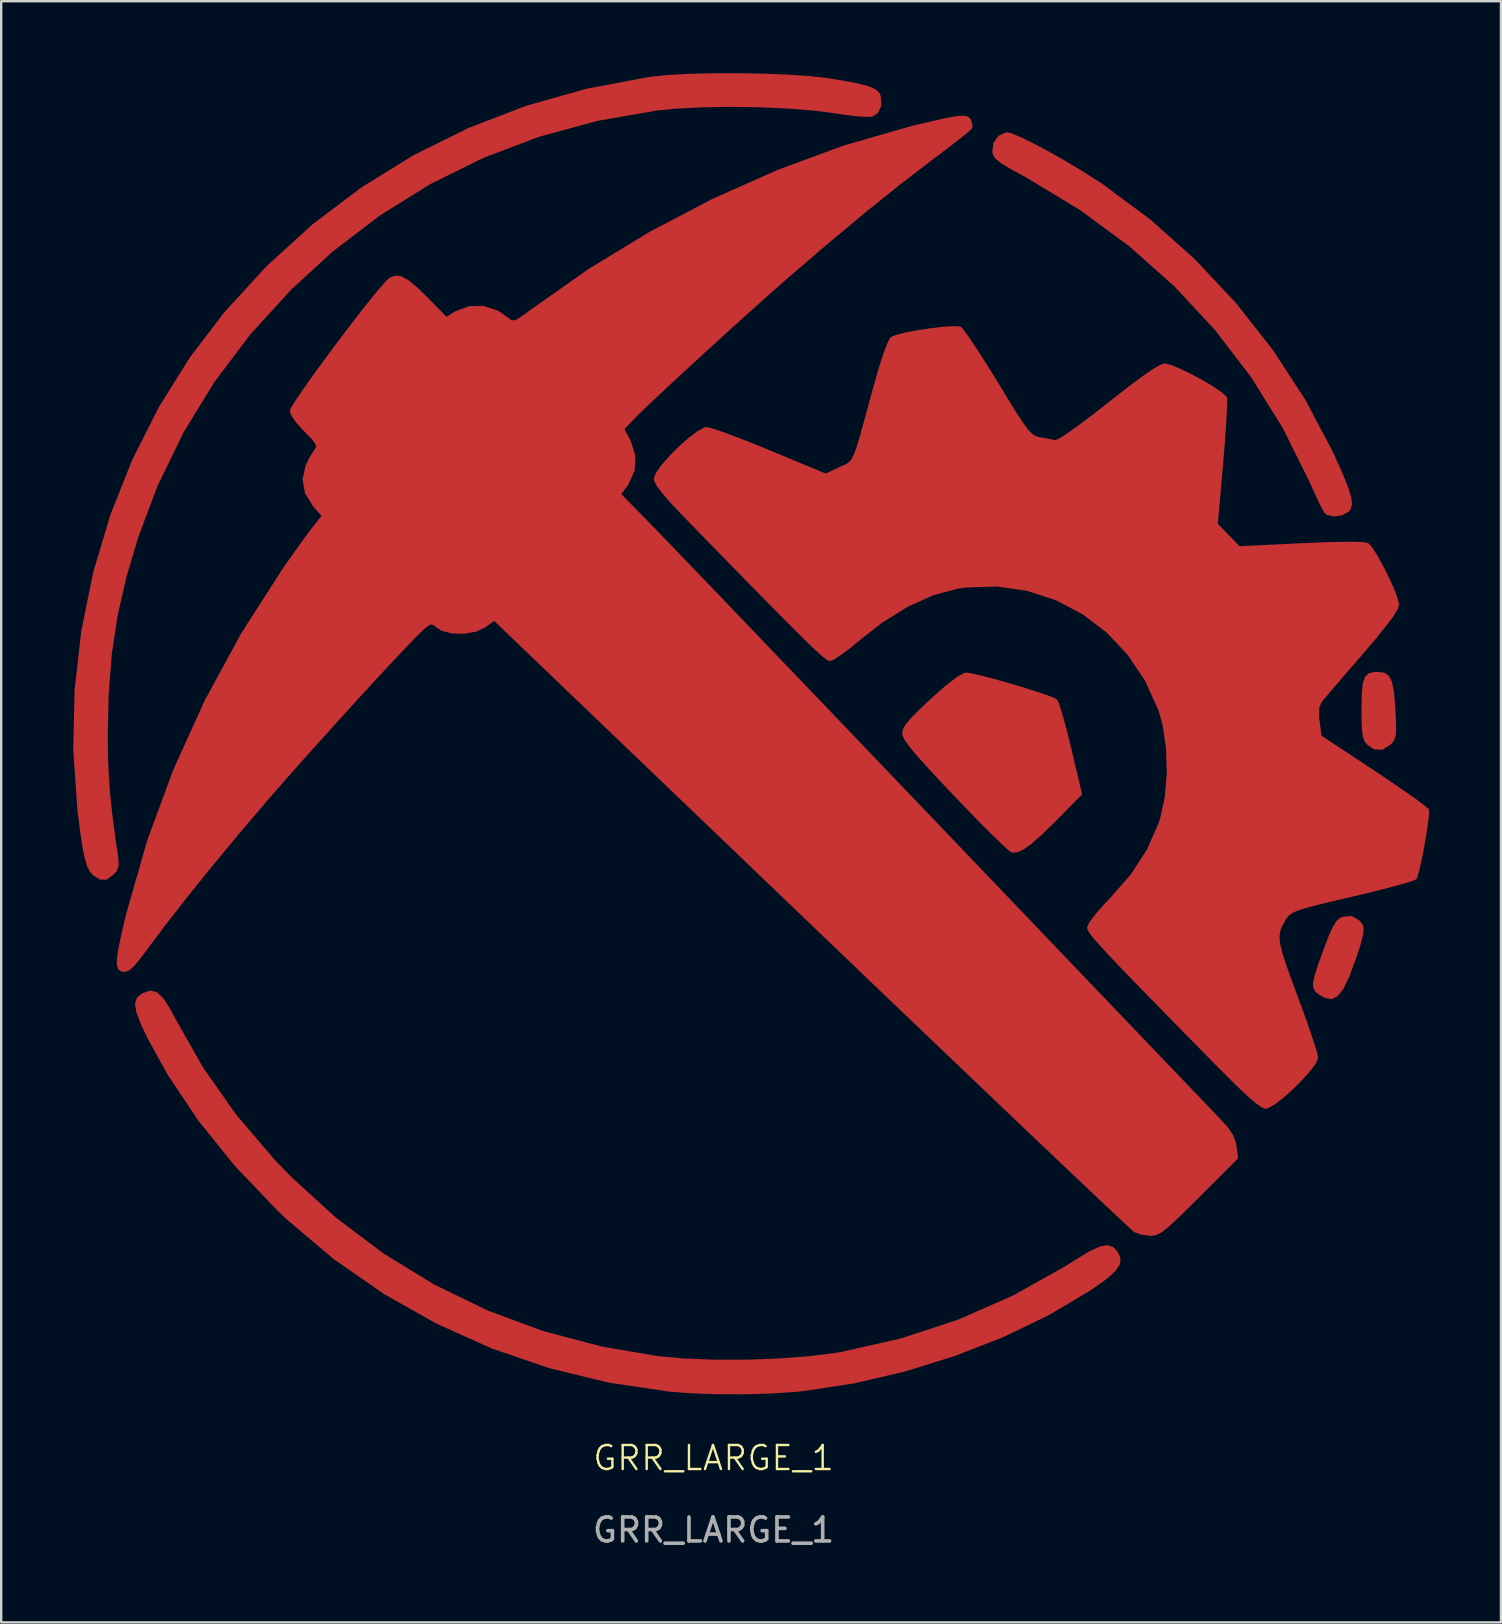
<source format=kicad_pcb>
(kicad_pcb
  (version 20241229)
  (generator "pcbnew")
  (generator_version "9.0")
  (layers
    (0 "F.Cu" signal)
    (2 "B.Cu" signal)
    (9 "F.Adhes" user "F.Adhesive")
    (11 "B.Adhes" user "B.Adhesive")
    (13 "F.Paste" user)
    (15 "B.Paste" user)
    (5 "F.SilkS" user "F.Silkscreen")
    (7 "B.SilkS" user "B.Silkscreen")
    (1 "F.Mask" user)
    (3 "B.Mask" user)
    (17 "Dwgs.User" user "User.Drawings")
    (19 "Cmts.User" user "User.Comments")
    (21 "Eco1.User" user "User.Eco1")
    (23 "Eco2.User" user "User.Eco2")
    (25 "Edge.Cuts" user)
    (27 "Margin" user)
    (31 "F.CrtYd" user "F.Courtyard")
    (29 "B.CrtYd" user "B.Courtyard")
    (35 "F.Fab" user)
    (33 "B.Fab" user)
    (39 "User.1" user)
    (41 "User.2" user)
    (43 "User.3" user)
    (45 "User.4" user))
  (footprint "GRR_LARGE_1"
    (layer "F.Cu")
    (at 26.682 58.203)
    (property "Reference" "GRR_LARGE_1" (at 0 -0.5 0) (unlocked yes) (layer "F.SilkS") (effects (font (size 1 1) (thickness 0.1))))
    (attr smd)
    (fp_text user "${REFERENCE}" (at 0 2.5 0) (unlocked yes) (layer "F.Fab") (effects (font (size 1 1) (thickness 0.15))))
    (pad "1" smd custom (at -25.9 -34) (size 0.462 0.462) (layers "F.Cu" "F.Mask" "F.Paste") (options (anchor circle)) (primitives (gr_poly (pts (xy -0.322 -0.116) (xy -0.313 -0.16) (xy -0.288 -0.197) (xy -0.25 -0.222) (xy -0.206 -0.231) (xy 0.206 -0.231) (xy 0.25 -0.222) (xy 0.288 -0.197) (xy 0.313 -0.16) (xy 0.322 -0.116) (xy 0.322 0.116) (xy 0.313 0.16) (xy 0.288 0.197) (xy 0.25 0.222) (xy 0.206 0.231) (xy -0.206 0.231) (xy -0.25 0.222) (xy -0.288 0.197) (xy -0.313 0.16) (xy -0.322 0.116)) (width 0) (fill yes)) (gr_poly (pts (xy 27.996 -24.184) (xy 29.02 -24.143) (xy 29.931 -24.08) (xy 30.669 -23.996) (xy 30.71 -23.989) (xy 31.479 -23.862) (xy 32.041 -23.748) (xy 32.429 -23.636) (xy 32.676 -23.515) (xy 32.815 -23.372) (xy 32.868 -23.24) (xy 32.886 -22.832) (xy 32.734 -22.526) (xy 32.499 -22.391) (xy 32.262 -22.38) (xy 31.855 -22.409) (xy 31.347 -22.471) (xy 31.032 -22.52) (xy 30.108 -22.641) (xy 29.013 -22.729) (xy 27.817 -22.783) (xy 26.588 -22.801) (xy 25.395 -22.781) (xy 24.306 -22.724) (xy 23.554 -22.65) (xy 21.047 -22.213) (xy 18.634 -21.556) (xy 16.32 -20.68) (xy 14.111 -19.589) (xy 12.012 -18.284) (xy 10.027 -16.769) (xy 8.297 -15.18) (xy 6.589 -13.308) (xy 5.09 -11.318) (xy 3.802 -9.211) (xy 2.724 -6.987) (xy 1.934 -4.886) (xy 1.438 -3.219) (xy 1.074 -1.626) (xy 0.83 -0.031) (xy 0.696 1.642) (xy 0.658 3.357) (xy 0.668 4.259) (xy 0.701 5.085) (xy 0.763 5.903) (xy 0.859 6.782) (xy 0.994 7.79) (xy 1.089 8.432) (xy 1.115 8.793) (xy 1.037 9.033) (xy 0.91 9.185) (xy 0.612 9.402) (xy 0.329 9.397) (xy 0.061 9.229) (xy -0.078 9.079) (xy -0.195 8.856) (xy -0.297 8.528) (xy -0.393 8.061) (xy -0.49 7.424) (xy -0.595 6.583) (xy -0.61 6.456) (xy -0.782 3.98) (xy -0.724 1.497) (xy -0.444 -0.971) (xy 0.053 -3.405) (xy 0.761 -5.783) (xy 1.673 -8.083) (xy 2.784 -10.286) (xy 4.086 -12.369) (xy 5.492 -14.215) (xy 7.27 -16.157) (xy 9.185 -17.902) (xy 11.231 -19.447) (xy 13.401 -20.788) (xy 15.691 -21.922) (xy 18.094 -22.845) (xy 20.603 -23.555) (xy 23.213 -24.048) (xy 23.227 -24.049) (xy 23.937 -24.124) (xy 24.828 -24.174) (xy 25.841 -24.2) (xy 26.916 -24.203)) (width 0) (fill yes))))
    (pad "1" smd custom (at -7.1 -41.9) (size 0.462 0.462) (layers "F.Cu" "F.Mask" "F.Paste") (options (anchor circle)) (primitives (gr_poly (pts (xy -0.322 -0.116) (xy -0.313 -0.16) (xy -0.288 -0.197) (xy -0.25 -0.222) (xy -0.206 -0.231) (xy 0.206 -0.231) (xy 0.25 -0.222) (xy 0.288 -0.197) (xy 0.313 -0.16) (xy 0.322 -0.116) (xy 0.322 0.116) (xy 0.313 0.16) (xy 0.288 0.197) (xy 0.25 0.222) (xy 0.206 0.231) (xy -0.206 0.231) (xy -0.25 0.222) (xy -0.288 0.197) (xy -0.313 0.16) (xy -0.322 0.116)) (width 0) (fill yes)) (gr_poly (pts (xy 17.674 -14.503) (xy 17.781 -14.428) (xy 17.829 -14.358) (xy 17.895 -14.118) (xy 17.871 -13.998) (xy 17.749 -13.884) (xy 17.47 -13.656) (xy 17.07 -13.343) (xy 16.584 -12.972) (xy 16.344 -12.793) (xy 14.915 -11.697) (xy 13.364 -10.451) (xy 11.68 -9.043) (xy 10.268 -7.83) (xy 9.684 -7.317) (xy 9.013 -6.72) (xy 8.284 -6.065) (xy 7.525 -5.378) (xy 6.763 -4.683) (xy 6.027 -4.008) (xy 5.345 -3.377) (xy 4.744 -2.816) (xy 4.254 -2.351) (xy 3.902 -2.008) (xy 3.788 -1.892) (xy 3.389 -1.474) (xy 3.652 -0.97) (xy 3.845 -0.36) (xy 3.811 0.257) (xy 3.554 0.83) (xy 3.519 0.88) (xy 3.255 1.236) (xy 4.394 2.396) (xy 4.618 2.626) (xy 4.997 3.019) (xy 5.52 3.562) (xy 6.176 4.245) (xy 6.955 5.056) (xy 7.844 5.983) (xy 8.833 7.015) (xy 9.911 8.141) (xy 11.067 9.347) (xy 12.29 10.625) (xy 13.568 11.96) (xy 14.89 13.343) (xy 16.247 14.761) (xy 16.525 15.052) (xy 17.876 16.466) (xy 19.19 17.839) (xy 20.455 19.162) (xy 21.661 20.424) (xy 22.798 21.612) (xy 23.855 22.717) (xy 24.822 23.728) (xy 25.688 24.633) (xy 26.443 25.422) (xy 27.076 26.083) (xy 27.577 26.607) (xy 27.936 26.981) (xy 28.141 27.194) (xy 28.169 27.223) (xy 28.533 27.626) (xy 28.751 27.947) (xy 28.863 28.252) (xy 28.89 28.405) (xy 28.958 28.912) (xy 27.341 30.529) (xy 26.768 31.098) (xy 26.335 31.516) (xy 26.013 31.806) (xy 25.773 31.991) (xy 25.586 32.094) (xy 25.425 32.136) (xy 25.307 32.142) (xy 24.941 32.096) (xy 24.64 31.993) (xy 24.637 31.991) (xy 24.523 31.893) (xy 24.244 31.636) (xy 23.811 31.232) (xy 23.234 30.688) (xy 22.521 30.014) (xy 21.683 29.22) (xy 20.73 28.314) (xy 19.67 27.306) (xy 18.514 26.204) (xy 17.271 25.019) (xy 15.952 23.758) (xy 14.565 22.433) (xy 13.12 21.05) (xy 11.628 19.621) (xy 11.17 19.182) (xy -2.043 6.52) (xy -2.4 6.783) (xy -2.792 6.967) (xy -3.286 7.054) (xy -3.792 7.043) (xy -4.223 6.933) (xy -4.411 6.815) (xy -4.571 6.685) (xy -4.701 6.669) (xy -4.872 6.784) (xy -5.1 6.996) (xy -5.402 7.297) (xy -5.837 7.751) (xy -6.382 8.332) (xy -7.012 9.01) (xy -7.7 9.76) (xy -8.423 10.554) (xy -9.156 11.364) (xy -9.873 12.163) (xy -10.549 12.924) (xy -11.16 13.62) (xy -11.531 14.047) (xy -12.71 15.434) (xy -13.829 16.785) (xy -14.86 18.064) (xy -15.773 19.237) (xy -16.399 20.074) (xy -16.772 20.572) (xy -17.044 20.899) (xy -17.246 21.081) (xy -17.411 21.148) (xy -17.571 21.126) (xy -17.603 21.115) (xy -17.709 21.033) (xy -17.762 20.869) (xy -17.76 20.593) (xy -17.7 20.178) (xy -17.578 19.592) (xy -17.393 18.808) (xy -17.366 18.698) (xy -16.505 15.688) (xy -15.414 12.727) (xy -14.103 9.837) (xy -12.582 7.037) (xy -10.859 4.351) (xy -10.767 4.218) (xy -10.39 3.683) (xy -10.037 3.19) (xy -9.743 2.788) (xy -9.544 2.526) (xy -9.516 2.491) (xy -9.232 2.148) (xy -9.579 1.753) (xy -9.919 1.21) (xy -10.025 0.632) (xy -9.898 0.046) (xy -9.733 -0.296) (xy -9.565 -0.564) (xy -9.535 -0.6) (xy -9.462 -0.719) (xy -9.49 -0.856) (xy -9.643 -1.057) (xy -9.949 -1.37) (xy -9.961 -1.382) (xy -10.284 -1.737) (xy -10.497 -2.045) (xy -10.561 -2.229) (xy -10.49 -2.389) (xy -10.292 -2.706) (xy -9.99 -3.149) (xy -9.608 -3.689) (xy -9.169 -4.294) (xy -8.696 -4.932) (xy -8.211 -5.574) (xy -7.739 -6.189) (xy -7.302 -6.744) (xy -6.923 -7.211) (xy -6.625 -7.557) (xy -6.432 -7.752) (xy -6.406 -7.772) (xy -6.17 -7.871) (xy -5.917 -7.846) (xy -5.611 -7.679) (xy -5.221 -7.354) (xy -4.797 -6.939) (xy -4.029 -6.157) (xy -3.653 -6.386) (xy -3.091 -6.596) (xy -2.479 -6.602) (xy -1.885 -6.411) (xy -1.472 -6.127) (xy -1.34 -6.024) (xy -1.214 -6) (xy -1.038 -6.076) (xy -0.759 -6.268) (xy -0.509 -6.456) (xy 1.896 -8.148) (xy 4.437 -9.694) (xy 7.077 -11.077) (xy 9.78 -12.279) (xy 12.508 -13.283) (xy 15.225 -14.07) (xy 15.441 -14.124) (xy 16.223 -14.31) (xy 16.805 -14.438) (xy 17.219 -14.511) (xy 17.498 -14.531)) (width 0) (fill yes))))
    (pad "1" smd custom (at 9.4 -40.5) (size 0.462 0.462) (layers "F.Cu" "F.Mask" "F.Paste") (options (anchor circle)) (primitives (gr_poly (pts (xy -0.322 -0.116) (xy -0.313 -0.16) (xy -0.288 -0.197) (xy -0.25 -0.222) (xy -0.206 -0.231) (xy 0.206 -0.231) (xy 0.25 -0.222) (xy 0.288 -0.197) (xy 0.313 -0.16) (xy 0.322 -0.116) (xy 0.322 0.116) (xy 0.313 0.16) (xy 0.288 0.197) (xy 0.25 0.222) (xy 0.206 0.231) (xy -0.206 0.231) (xy -0.25 0.222) (xy -0.288 0.197) (xy -0.313 0.16) (xy -0.322 0.116)) (width 0) (fill yes)) (gr_poly (pts (xy 0.85 -7.153) (xy 0.903 -7.139) (xy 1.015 -7.02) (xy 1.229 -6.725) (xy 1.524 -6.286) (xy 1.881 -5.732) (xy 2.278 -5.095) (xy 2.435 -4.838) (xy 2.883 -4.103) (xy 3.227 -3.548) (xy 3.489 -3.147) (xy 3.689 -2.874) (xy 3.847 -2.701) (xy 3.985 -2.602) (xy 4.121 -2.551) (xy 4.225 -2.531) (xy 4.567 -2.469) (xy 4.822 -2.416) (xy 4.84 -2.412) (xy 4.983 -2.47) (xy 5.283 -2.66) (xy 5.71 -2.959) (xy 6.233 -3.347) (xy 6.822 -3.803) (xy 7.055 -3.987) (xy 7.826 -4.592) (xy 8.432 -5.047) (xy 8.886 -5.361) (xy 9.202 -5.545) (xy 9.396 -5.607) (xy 9.403 -5.607) (xy 9.654 -5.548) (xy 10.034 -5.394) (xy 10.489 -5.175) (xy 10.965 -4.92) (xy 11.405 -4.66) (xy 11.755 -4.424) (xy 11.961 -4.243) (xy 11.991 -4.193) (xy 12 -4.015) (xy 11.988 -3.635) (xy 11.959 -3.093) (xy 11.913 -2.429) (xy 11.853 -1.68) (xy 11.834 -1.455) (xy 11.613 1.073) (xy 12.065 1.539) (xy 12.517 2.005) (xy 15.089 1.882) (xy 16.023 1.843) (xy 16.788 1.824) (xy 17.367 1.824) (xy 17.738 1.844) (xy 17.872 1.872) (xy 18.028 2.036) (xy 18.242 2.365) (xy 18.486 2.801) (xy 18.73 3.284) (xy 18.944 3.755) (xy 19.098 4.156) (xy 19.164 4.428) (xy 19.165 4.445) (xy 19.109 4.629) (xy 18.933 4.92) (xy 18.624 5.335) (xy 18.171 5.891) (xy 17.63 6.525) (xy 17.144 7.087) (xy 16.704 7.598) (xy 16.338 8.025) (xy 16.073 8.336) (xy 15.937 8.499) (xy 15.933 8.503) (xy 15.834 8.755) (xy 15.835 9.16) (xy 15.853 9.306) (xy 15.935 9.903) (xy 18.141 11.361) (xy 18.788 11.794) (xy 19.366 12.19) (xy 19.844 12.528) (xy 20.193 12.787) (xy 20.382 12.944) (xy 20.406 12.975) (xy 20.412 13.16) (xy 20.374 13.52) (xy 20.305 13.991) (xy 20.216 14.514) (xy 20.116 15.027) (xy 20.018 15.468) (xy 19.933 15.777) (xy 19.885 15.882) (xy 19.739 15.948) (xy 19.394 16.056) (xy 18.886 16.197) (xy 18.25 16.361) (xy 17.522 16.538) (xy 17.223 16.608) (xy 16.385 16.804) (xy 15.749 16.957) (xy 15.285 17.08) (xy 14.96 17.182) (xy 14.743 17.275) (xy 14.602 17.369) (xy 14.506 17.476) (xy 14.449 17.563) (xy 14.308 17.805) (xy 14.217 18.029) (xy 14.181 18.269) (xy 14.206 18.562) (xy 14.297 18.944) (xy 14.46 19.451) (xy 14.699 20.118) (xy 14.938 20.76) (xy 15.199 21.471) (xy 15.429 22.121) (xy 15.613 22.669) (xy 15.739 23.077) (xy 15.793 23.306) (xy 15.794 23.324) (xy 15.706 23.544) (xy 15.471 23.865) (xy 15.136 24.242) (xy 14.746 24.632) (xy 14.346 24.989) (xy 13.983 25.269) (xy 13.702 25.429) (xy 13.61 25.449) (xy 13.453 25.396) (xy 13.207 25.225) (xy 12.855 24.923) (xy 12.381 24.475) (xy 11.768 23.867) (xy 11.517 23.614) (xy 10.424 22.501) (xy 9.488 21.548) (xy 8.698 20.739) (xy 8.041 20.064) (xy 7.506 19.508) (xy 7.081 19.06) (xy 6.754 18.705) (xy 6.512 18.433) (xy 6.344 18.23) (xy 6.238 18.082) (xy 6.182 17.978) (xy 6.164 17.905) (xy 6.164 17.898) (xy 6.25 17.695) (xy 6.492 17.365) (xy 6.865 16.942) (xy 7.097 16.7) (xy 7.988 15.679) (xy 8.663 14.638) (xy 9.145 13.539) (xy 9.207 13.351) (xy 9.403 12.464) (xy 9.485 11.461) (xy 9.454 10.43) (xy 9.312 9.462) (xy 9.143 8.857) (xy 8.588 7.627) (xy 7.859 6.538) (xy 6.979 5.603) (xy 5.969 4.837) (xy 4.853 4.253) (xy 3.654 3.864) (xy 2.393 3.686) (xy 1.095 3.73) (xy 0.761 3.779) (xy -0.253 4.053) (xy -1.313 4.532) (xy -2.381 5.197) (xy -3.254 5.881) (xy -3.693 6.243) (xy -4.086 6.537) (xy -4.387 6.73) (xy -4.542 6.791) (xy -4.604 6.777) (xy -4.693 6.728) (xy -4.821 6.632) (xy -5.001 6.478) (xy -5.245 6.253) (xy -5.563 5.946) (xy -5.97 5.545) (xy -6.475 5.038) (xy -7.092 4.414) (xy -7.831 3.66) (xy -8.707 2.765) (xy -9.729 1.717) (xy -10.539 0.886) (xy -11.096 0.302) (xy -11.492 -0.142) (xy -11.744 -0.468) (xy -11.87 -0.698) (xy -11.893 -0.809) (xy -11.804 -1.044) (xy -11.567 -1.377) (xy -11.229 -1.763) (xy -10.834 -2.158) (xy -10.43 -2.517) (xy -10.062 -2.794) (xy -9.776 -2.945) (xy -9.694 -2.96) (xy -9.495 -2.915) (xy -9.113 -2.789) (xy -8.586 -2.597) (xy -7.952 -2.352) (xy -7.249 -2.068) (xy -7.062 -1.991) (xy -4.731 -1.021) (xy -4.162 -1.288) (xy -3.987 -1.365) (xy -3.849 -1.432) (xy -3.737 -1.516) (xy -3.638 -1.644) (xy -3.54 -1.844) (xy -3.433 -2.144) (xy -3.304 -2.572) (xy -3.142 -3.154) (xy -2.934 -3.919) (xy -2.738 -4.645) (xy -2.528 -5.379) (xy -2.335 -5.983) (xy -2.169 -6.426) (xy -2.041 -6.674) (xy -2.016 -6.703) (xy -1.813 -6.793) (xy -1.434 -6.891) (xy -0.944 -6.986) (xy -0.406 -7.07) (xy 0.115 -7.132) (xy 0.555 -7.163)) (width 0) (fill yes))))
    (pad "1" smd custom (at 11.1 -30.4) (size 0.462 0.462) (layers "F.Cu" "F.Mask" "F.Paste") (options (anchor circle)) (primitives (gr_poly (pts (xy -0.322 -0.116) (xy -0.313 -0.16) (xy -0.288 -0.197) (xy -0.25 -0.222) (xy -0.206 -0.231) (xy 0.206 -0.231) (xy 0.25 -0.222) (xy 0.288 -0.197) (xy 0.313 -0.16) (xy 0.322 -0.116) (xy 0.322 0.116) (xy 0.313 0.16) (xy 0.288 0.197) (xy 0.25 0.222) (xy 0.206 0.231) (xy -0.206 0.231) (xy -0.25 0.222) (xy -0.288 0.197) (xy -0.313 0.16) (xy -0.322 0.116)) (width 0) (fill yes)) (gr_poly (pts (xy -0.342 -2.794) (xy 0.059 -2.702) (xy 0.573 -2.568) (xy 1.15 -2.405) (xy 1.741 -2.23) (xy 2.294 -2.056) (xy 2.759 -1.9) (xy 3.086 -1.775) (xy 3.218 -1.704) (xy 3.291 -1.544) (xy 3.405 -1.192) (xy 3.547 -0.691) (xy 3.704 -0.084) (xy 3.807 0.342) (xy 4.258 2.248) (xy 3.187 3.33) (xy 2.615 3.893) (xy 2.17 4.29) (xy 1.827 4.539) (xy 1.56 4.661) (xy 1.341 4.673) (xy 1.319 4.669) (xy 1.187 4.572) (xy 0.914 4.324) (xy 0.524 3.946) (xy 0.042 3.464) (xy -0.509 2.901) (xy -1.058 2.328) (xy -1.745 1.601) (xy -2.279 1.023) (xy -2.677 0.576) (xy -2.955 0.238) (xy -3.13 -0.01) (xy -3.22 -0.19) (xy -3.24 -0.301) (xy -3.206 -0.474) (xy -3.086 -0.681) (xy -2.855 -0.954) (xy -2.486 -1.324) (xy -2.051 -1.731) (xy -1.442 -2.272) (xy -0.984 -2.629) (xy -0.675 -2.806) (xy -0.577 -2.828)) (width 0) (fill yes))))
    (pad "1" smd custom (at 12.6 -54.7) (size 0.462 0.462) (layers "F.Cu" "F.Mask" "F.Paste") (options (anchor circle)) (primitives (gr_poly (pts (xy -0.322 -0.116) (xy -0.313 -0.16) (xy -0.288 -0.197) (xy -0.25 -0.222) (xy -0.206 -0.231) (xy 0.206 -0.231) (xy 0.25 -0.222) (xy 0.288 -0.197) (xy 0.313 -0.16) (xy 0.322 -0.116) (xy 0.322 0.116) (xy 0.313 0.16) (xy 0.288 0.197) (xy 0.25 0.222) (xy 0.206 0.231) (xy -0.206 0.231) (xy -0.25 0.222) (xy -0.288 0.197) (xy -0.313 0.16) (xy -0.322 0.116)) (width 0) (fill yes)) (gr_poly (pts (xy -0.131 -0.977) (xy 0.271 -0.805) (xy 0.799 -0.543) (xy 1.415 -0.213) (xy 2.08 0.165) (xy 2.758 0.571) (xy 3.409 0.984) (xy 3.616 1.121) (xy 5.6 2.592) (xy 7.458 4.251) (xy 9.168 6.073) (xy 10.709 8.034) (xy 12.062 10.111) (xy 13.206 12.278) (xy 13.329 12.545) (xy 13.645 13.259) (xy 13.857 13.794) (xy 13.973 14.183) (xy 14.001 14.458) (xy 13.949 14.654) (xy 13.861 14.771) (xy 13.585 14.923) (xy 13.244 14.966) (xy 12.948 14.892) (xy 12.86 14.821) (xy 12.762 14.652) (xy 12.595 14.316) (xy 12.386 13.868) (xy 12.234 13.527) (xy 11.118 11.282) (xy 9.806 9.174) (xy 8.302 7.207) (xy 6.611 5.388) (xy 4.736 3.72) (xy 2.683 2.208) (xy 0.457 0.859) (xy 0.255 0.749) (xy -0.277 0.456) (xy -0.63 0.238) (xy -0.842 0.068) (xy -0.949 -0.085) (xy -0.987 -0.239) (xy -0.934 -0.603) (xy -0.728 -0.894) (xy -0.426 -1.035) (xy -0.368 -1.039)) (width 0) (fill yes))))
    (pad "1" smd custom (at 15.8 -8.3) (size 0.462 0.462) (layers "F.Cu" "F.Mask" "F.Paste") (options (anchor circle)) (primitives (gr_poly (pts (xy -0.322 -0.116) (xy -0.313 -0.16) (xy -0.288 -0.197) (xy -0.25 -0.222) (xy -0.206 -0.231) (xy 0.206 -0.231) (xy 0.25 -0.222) (xy 0.288 -0.197) (xy 0.313 -0.16) (xy 0.322 -0.116) (xy 0.322 0.116) (xy 0.313 0.16) (xy 0.288 0.197) (xy 0.25 0.222) (xy 0.206 0.231) (xy -0.206 0.231) (xy -0.25 0.222) (xy -0.288 0.197) (xy -0.313 0.16) (xy -0.322 0.116)) (width 0) (fill yes)) (gr_poly (pts (xy -39.013 -11.62) (xy -38.748 -11.385) (xy -38.461 -10.95) (xy -38.263 -10.578) (xy -37.087 -8.496) (xy -35.702 -6.521) (xy -34.101 -4.643) (xy -33.403 -3.92) (xy -31.53 -2.212) (xy -29.537 -0.712) (xy -27.429 0.577) (xy -25.212 1.652) (xy -22.891 2.512) (xy -20.471 3.153) (xy -18.146 3.55) (xy -17.038 3.652) (xy -15.779 3.702) (xy -14.444 3.703) (xy -13.107 3.654) (xy -11.84 3.559) (xy -10.718 3.419) (xy -10.468 3.377) (xy -7.993 2.817) (xy -5.616 2.037) (xy -3.336 1.036) (xy -1.155 -0.184) (xy -0.743 -0.445) (xy -0.155 -0.805) (xy 0.285 -1.011) (xy 0.61 -1.072) (xy 0.852 -0.994) (xy 1.042 -0.787) (xy 1.156 -0.53) (xy 1.135 -0.277) (xy 0.958 -0.004) (xy 0.609 0.315) (xy 0.067 0.706) (xy -0.143 0.847) (xy -1.854 1.859) (xy -3.739 2.766) (xy -5.749 3.551) (xy -7.834 4.198) (xy -9.944 4.69) (xy -12.031 5.008) (xy -12.325 5.039) (xy -13.331 5.109) (xy -14.467 5.143) (xy -15.638 5.141) (xy -16.75 5.103) (xy -17.631 5.036) (xy -20.173 4.658) (xy -22.651 4.055) (xy -25.048 3.233) (xy -27.35 2.199) (xy -29.544 0.959) (xy -31.615 -0.479) (xy -33.548 -2.11) (xy -33.99 -2.529) (xy -35.741 -4.363) (xy -37.258 -6.242) (xy -38.548 -8.173) (xy -39.382 -9.686) (xy -39.684 -10.324) (xy -39.857 -10.796) (xy -39.904 -11.134) (xy -39.829 -11.373) (xy -39.635 -11.546) (xy -39.587 -11.573) (xy -39.284 -11.676)) (width 0) (fill yes))))
    (pad "1" smd custom (at 26.4 -22.2) (size 0.462 0.462) (layers "F.Cu" "F.Mask" "F.Paste") (options (anchor circle)) (primitives (gr_poly (pts (xy -0.322 -0.116) (xy -0.313 -0.16) (xy -0.288 -0.197) (xy -0.25 -0.222) (xy -0.206 -0.231) (xy 0.206 -0.231) (xy 0.25 -0.222) (xy 0.288 -0.197) (xy 0.313 -0.16) (xy 0.322 -0.116) (xy 0.322 0.116) (xy 0.313 0.16) (xy 0.288 0.197) (xy 0.25 0.222) (xy 0.206 0.231) (xy -0.206 0.231) (xy -0.25 0.222) (xy -0.288 0.197) (xy -0.313 0.16) (xy -0.322 0.116)) (width 0) (fill yes)) (gr_poly (pts (xy 0.512 -0.699) (xy 0.652 -0.516) (xy 0.693 -0.36) (xy 0.664 -0.099) (xy 0.558 0.307) (xy 0.367 0.895) (xy 0.359 0.918) (xy 0.088 1.646) (xy -0.158 2.155) (xy -0.398 2.46) (xy -0.649 2.58) (xy -0.929 2.531) (xy -1.179 2.387) (xy -1.329 2.26) (xy -1.409 2.107) (xy -1.416 1.889) (xy -1.345 1.564) (xy -1.193 1.093) (xy -0.984 0.517) (xy -0.767 -0.051) (xy -0.598 -0.43) (xy -0.454 -0.665) (xy -0.31 -0.797) (xy -0.195 -0.851) (xy 0.192 -0.889)) (width 0) (fill yes))))
    (pad "1" smd custom (at 27.6 -32.4) (size 0.462 0.462) (layers "F.Cu" "F.Mask" "F.Paste") (options (anchor circle)) (primitives (gr_poly (pts (xy -0.322 -0.116) (xy -0.313 -0.16) (xy -0.288 -0.197) (xy -0.25 -0.222) (xy -0.206 -0.231) (xy 0.206 -0.231) (xy 0.25 -0.222) (xy 0.288 -0.197) (xy 0.313 -0.16) (xy 0.322 -0.116) (xy 0.322 0.116) (xy 0.313 0.16) (xy 0.288 0.197) (xy 0.25 0.222) (xy 0.206 0.231) (xy -0.206 0.231) (xy -0.25 0.222) (xy -0.288 0.197) (xy -0.313 0.16) (xy -0.322 0.116)) (width 0) (fill yes)) (gr_poly (pts (xy 0.347 -0.823) (xy 0.54 -0.693) (xy 0.67 -0.433) (xy 0.753 -0.008) (xy 0.806 0.618) (xy 0.811 0.705) (xy 0.838 1.26) (xy 0.84 1.629) (xy 0.809 1.867) (xy 0.74 2.026) (xy 0.624 2.162) (xy 0.62 2.165) (xy 0.271 2.388) (xy -0.08 2.373) (xy -0.359 2.182) (xy -0.47 2.042) (xy -0.541 1.856) (xy -0.58 1.571) (xy -0.597 1.135) (xy -0.6 0.692) (xy -0.589 0.051) (xy -0.545 -0.387) (xy -0.451 -0.659) (xy -0.292 -0.802) (xy -0.051 -0.854) (xy 0.073 -0.858)) (width 0) (fill yes)))))
  (gr_rect
    (start -3 -3)
    (end 59.493 64.552)
    (stroke (width 0.1) (type default))
    (fill no)
    (layer "Edge.Cuts")))
</source>
